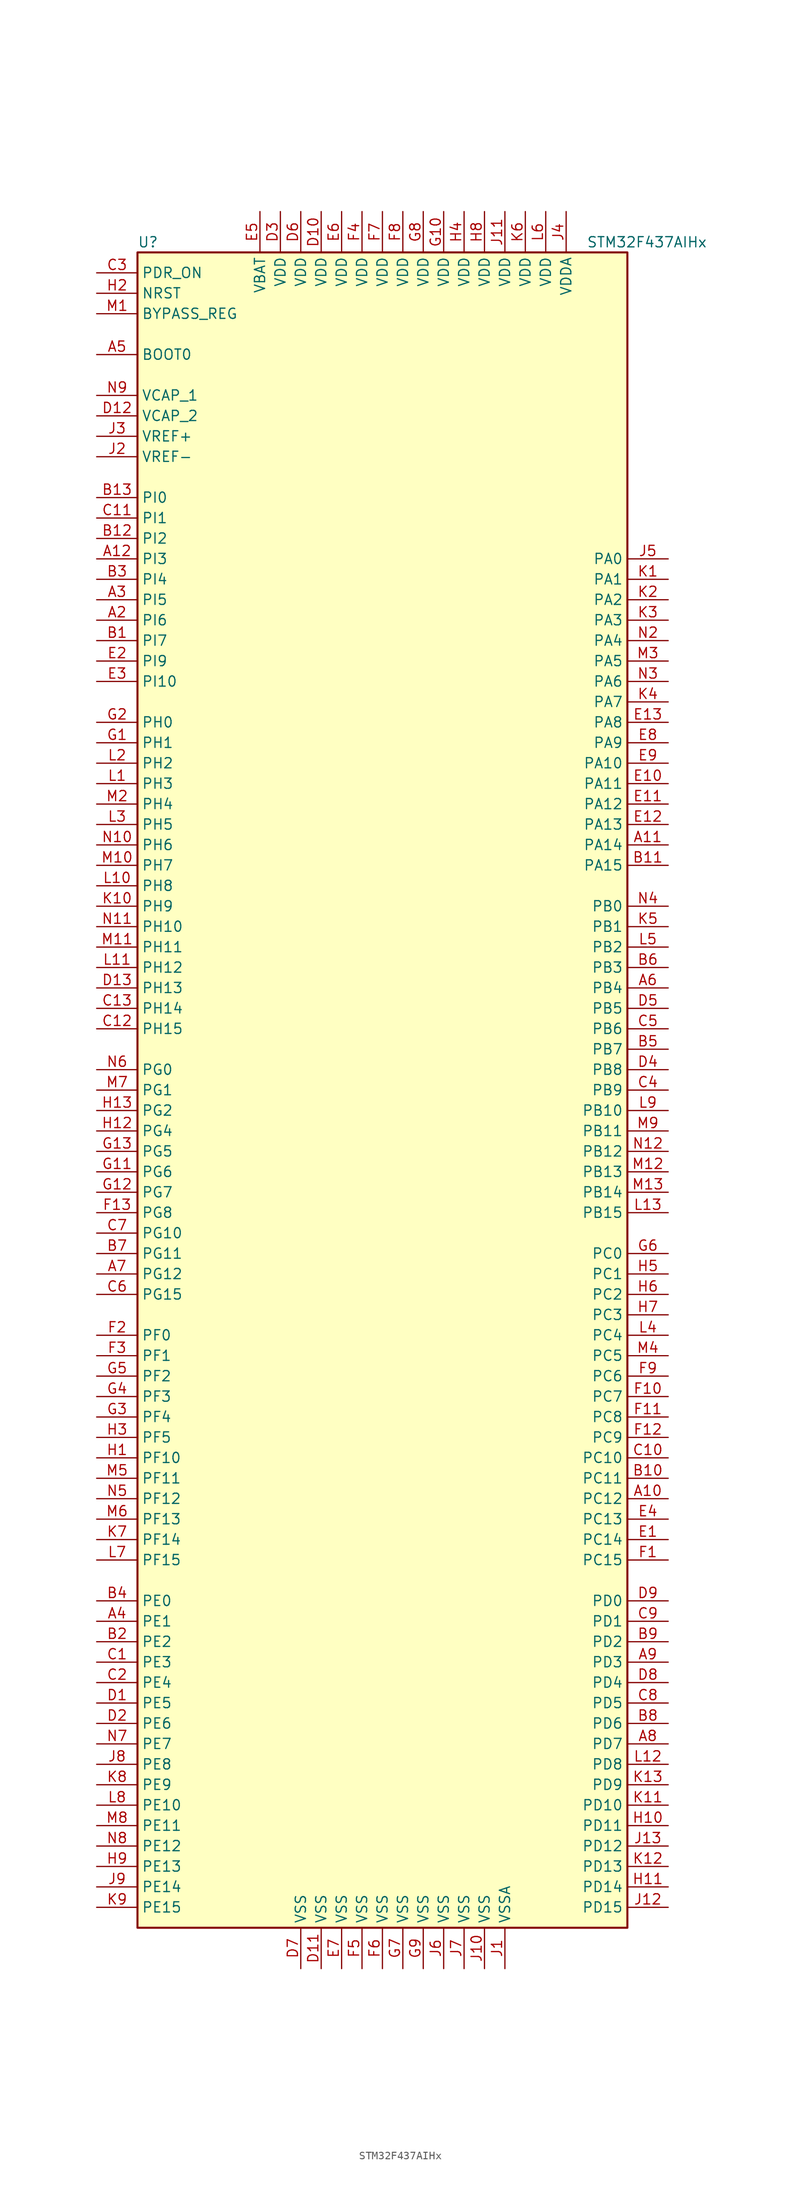
<source format=kicad_sym>
(kicad_symbol_lib
  (version 20201005)
  (generator kicad_symbol_editor)
  (symbol "STM32F437AIHx"
    (property "Reference" "U"
      (at -30.48 105.41 0)
      (effects (font (size 1.27 1.27)) (justify left)))
    (property "Value" "STM32F437AIHx"
      (at 25.4 105.41 0)
      (effects (font (size 1.27 1.27)) (justify left)))
    (symbol "STM32F437AIHx_0_1"
      (rectangle (start -30.48 -104.14) (end 30.48 104.14) (stroke (width 0.254)) (fill (type background))))
    (symbol "STM32F437AIHx_1_1"
      (pin no_connect line (at -30.48 -101.6 0) (length 5.08) hide (name "NC" (effects (font (size 1.27 1.27)))) (number "A1" (effects (font (size 1.27 1.27)))))
      (pin bidirectional line (at 35.56 -50.8 180) (length 5.08) (name "PC12" (effects (font (size 1.27 1.27)))) (number "A10" (effects (font (size 1.27 1.27)))))
      (pin bidirectional line (at 35.56 30.48 180) (length 5.08) (name "PA14" (effects (font (size 1.27 1.27)))) (number "A11" (effects (font (size 1.27 1.27)))))
      (pin bidirectional line (at -35.56 66.04 0) (length 5.08) (name "PI3" (effects (font (size 1.27 1.27)))) (number "A12" (effects (font (size 1.27 1.27)))))
      (pin no_connect line (at -30.48 -99.06 0) (length 5.08) hide (name "NC" (effects (font (size 1.27 1.27)))) (number "A13" (effects (font (size 1.27 1.27)))))
      (pin bidirectional line (at -35.56 58.42 0) (length 5.08) (name "PI6" (effects (font (size 1.27 1.27)))) (number "A2" (effects (font (size 1.27 1.27)))))
      (pin bidirectional line (at -35.56 60.96 0) (length 5.08) (name "PI5" (effects (font (size 1.27 1.27)))) (number "A3" (effects (font (size 1.27 1.27)))))
      (pin bidirectional line (at -35.56 -66.04 0) (length 5.08) (name "PE1" (effects (font (size 1.27 1.27)))) (number "A4" (effects (font (size 1.27 1.27)))))
      (pin input line (at -35.56 91.44 0) (length 5.08) (name "BOOT0" (effects (font (size 1.27 1.27)))) (number "A5" (effects (font (size 1.27 1.27)))))
      (pin bidirectional line (at 35.56 12.7 180) (length 5.08) (name "PB4" (effects (font (size 1.27 1.27)))) (number "A6" (effects (font (size 1.27 1.27)))))
      (pin bidirectional line (at -35.56 -22.86 0) (length 5.08) (name "PG12" (effects (font (size 1.27 1.27)))) (number "A7" (effects (font (size 1.27 1.27)))))
      (pin bidirectional line (at 35.56 -81.28 180) (length 5.08) (name "PD7" (effects (font (size 1.27 1.27)))) (number "A8" (effects (font (size 1.27 1.27)))))
      (pin bidirectional line (at 35.56 -71.12 180) (length 5.08) (name "PD3" (effects (font (size 1.27 1.27)))) (number "A9" (effects (font (size 1.27 1.27)))))
      (pin bidirectional line (at -35.56 55.88 0) (length 5.08) (name "PI7" (effects (font (size 1.27 1.27)))) (number "B1" (effects (font (size 1.27 1.27)))))
      (pin bidirectional line (at 35.56 -48.26 180) (length 5.08) (name "PC11" (effects (font (size 1.27 1.27)))) (number "B10" (effects (font (size 1.27 1.27)))))
      (pin bidirectional line (at 35.56 27.94 180) (length 5.08) (name "PA15" (effects (font (size 1.27 1.27)))) (number "B11" (effects (font (size 1.27 1.27)))))
      (pin bidirectional line (at -35.56 68.58 0) (length 5.08) (name "PI2" (effects (font (size 1.27 1.27)))) (number "B12" (effects (font (size 1.27 1.27)))))
      (pin bidirectional line (at -35.56 73.66 0) (length 5.08) (name "PI0" (effects (font (size 1.27 1.27)))) (number "B13" (effects (font (size 1.27 1.27)))))
      (pin bidirectional line (at -35.56 -68.58 0) (length 5.08) (name "PE2" (effects (font (size 1.27 1.27)))) (number "B2" (effects (font (size 1.27 1.27)))))
      (pin bidirectional line (at -35.56 63.5 0) (length 5.08) (name "PI4" (effects (font (size 1.27 1.27)))) (number "B3" (effects (font (size 1.27 1.27)))))
      (pin bidirectional line (at -35.56 -63.5 0) (length 5.08) (name "PE0" (effects (font (size 1.27 1.27)))) (number "B4" (effects (font (size 1.27 1.27)))))
      (pin bidirectional line (at 35.56 5.08 180) (length 5.08) (name "PB7" (effects (font (size 1.27 1.27)))) (number "B5" (effects (font (size 1.27 1.27)))))
      (pin bidirectional line (at 35.56 15.24 180) (length 5.08) (name "PB3" (effects (font (size 1.27 1.27)))) (number "B6" (effects (font (size 1.27 1.27)))))
      (pin bidirectional line (at -35.56 -20.32 0) (length 5.08) (name "PG11" (effects (font (size 1.27 1.27)))) (number "B7" (effects (font (size 1.27 1.27)))))
      (pin bidirectional line (at 35.56 -78.74 180) (length 5.08) (name "PD6" (effects (font (size 1.27 1.27)))) (number "B8" (effects (font (size 1.27 1.27)))))
      (pin bidirectional line (at 35.56 -68.58 180) (length 5.08) (name "PD2" (effects (font (size 1.27 1.27)))) (number "B9" (effects (font (size 1.27 1.27)))))
      (pin bidirectional line (at -35.56 -71.12 0) (length 5.08) (name "PE3" (effects (font (size 1.27 1.27)))) (number "C1" (effects (font (size 1.27 1.27)))))
      (pin bidirectional line (at 35.56 -45.72 180) (length 5.08) (name "PC10" (effects (font (size 1.27 1.27)))) (number "C10" (effects (font (size 1.27 1.27)))))
      (pin bidirectional line (at -35.56 71.12 0) (length 5.08) (name "PI1" (effects (font (size 1.27 1.27)))) (number "C11" (effects (font (size 1.27 1.27)))))
      (pin bidirectional line (at -35.56 7.62 0) (length 5.08) (name "PH15" (effects (font (size 1.27 1.27)))) (number "C12" (effects (font (size 1.27 1.27)))))
      (pin bidirectional line (at -35.56 10.16 0) (length 5.08) (name "PH14" (effects (font (size 1.27 1.27)))) (number "C13" (effects (font (size 1.27 1.27)))))
      (pin bidirectional line (at -35.56 -73.66 0) (length 5.08) (name "PE4" (effects (font (size 1.27 1.27)))) (number "C2" (effects (font (size 1.27 1.27)))))
      (pin input line (at -35.56 101.6 0) (length 5.08) (name "PDR_ON" (effects (font (size 1.27 1.27)))) (number "C3" (effects (font (size 1.27 1.27)))))
      (pin bidirectional line (at 35.56 0 180) (length 5.08) (name "PB9" (effects (font (size 1.27 1.27)))) (number "C4" (effects (font (size 1.27 1.27)))))
      (pin bidirectional line (at 35.56 7.62 180) (length 5.08) (name "PB6" (effects (font (size 1.27 1.27)))) (number "C5" (effects (font (size 1.27 1.27)))))
      (pin bidirectional line (at -35.56 -25.4 0) (length 5.08) (name "PG15" (effects (font (size 1.27 1.27)))) (number "C6" (effects (font (size 1.27 1.27)))))
      (pin bidirectional line (at -35.56 -17.78 0) (length 5.08) (name "PG10" (effects (font (size 1.27 1.27)))) (number "C7" (effects (font (size 1.27 1.27)))))
      (pin bidirectional line (at 35.56 -76.2 180) (length 5.08) (name "PD5" (effects (font (size 1.27 1.27)))) (number "C8" (effects (font (size 1.27 1.27)))))
      (pin bidirectional line (at 35.56 -66.04 180) (length 5.08) (name "PD1" (effects (font (size 1.27 1.27)))) (number "C9" (effects (font (size 1.27 1.27)))))
      (pin bidirectional line (at -35.56 -76.2 0) (length 5.08) (name "PE5" (effects (font (size 1.27 1.27)))) (number "D1" (effects (font (size 1.27 1.27)))))
      (pin power_in line (at -7.62 109.22 270) (length 5.08) (name "VDD" (effects (font (size 1.27 1.27)))) (number "D10" (effects (font (size 1.27 1.27)))))
      (pin power_in line (at -7.62 -109.22 90) (length 5.08) (name "VSS" (effects (font (size 1.27 1.27)))) (number "D11" (effects (font (size 1.27 1.27)))))
      (pin power_in line (at -35.56 83.82 0) (length 5.08) (name "VCAP_2" (effects (font (size 1.27 1.27)))) (number "D12" (effects (font (size 1.27 1.27)))))
      (pin bidirectional line (at -35.56 12.7 0) (length 5.08) (name "PH13" (effects (font (size 1.27 1.27)))) (number "D13" (effects (font (size 1.27 1.27)))))
      (pin bidirectional line (at -35.56 -78.74 0) (length 5.08) (name "PE6" (effects (font (size 1.27 1.27)))) (number "D2" (effects (font (size 1.27 1.27)))))
      (pin power_in line (at -12.7 109.22 270) (length 5.08) (name "VDD" (effects (font (size 1.27 1.27)))) (number "D3" (effects (font (size 1.27 1.27)))))
      (pin bidirectional line (at 35.56 2.54 180) (length 5.08) (name "PB8" (effects (font (size 1.27 1.27)))) (number "D4" (effects (font (size 1.27 1.27)))))
      (pin bidirectional line (at 35.56 10.16 180) (length 5.08) (name "PB5" (effects (font (size 1.27 1.27)))) (number "D5" (effects (font (size 1.27 1.27)))))
      (pin power_in line (at -10.16 109.22 270) (length 5.08) (name "VDD" (effects (font (size 1.27 1.27)))) (number "D6" (effects (font (size 1.27 1.27)))))
      (pin power_in line (at -10.16 -109.22 90) (length 5.08) (name "VSS" (effects (font (size 1.27 1.27)))) (number "D7" (effects (font (size 1.27 1.27)))))
      (pin bidirectional line (at 35.56 -73.66 180) (length 5.08) (name "PD4" (effects (font (size 1.27 1.27)))) (number "D8" (effects (font (size 1.27 1.27)))))
      (pin bidirectional line (at 35.56 -63.5 180) (length 5.08) (name "PD0" (effects (font (size 1.27 1.27)))) (number "D9" (effects (font (size 1.27 1.27)))))
      (pin bidirectional line (at 35.56 -55.88 180) (length 5.08) (name "PC14" (effects (font (size 1.27 1.27)))) (number "E1" (effects (font (size 1.27 1.27)))))
      (pin bidirectional line (at 35.56 38.1 180) (length 5.08) (name "PA11" (effects (font (size 1.27 1.27)))) (number "E10" (effects (font (size 1.27 1.27)))))
      (pin bidirectional line (at 35.56 35.56 180) (length 5.08) (name "PA12" (effects (font (size 1.27 1.27)))) (number "E11" (effects (font (size 1.27 1.27)))))
      (pin bidirectional line (at 35.56 33.02 180) (length 5.08) (name "PA13" (effects (font (size 1.27 1.27)))) (number "E12" (effects (font (size 1.27 1.27)))))
      (pin bidirectional line (at 35.56 45.72 180) (length 5.08) (name "PA8" (effects (font (size 1.27 1.27)))) (number "E13" (effects (font (size 1.27 1.27)))))
      (pin bidirectional line (at -35.56 53.34 0) (length 5.08) (name "PI9" (effects (font (size 1.27 1.27)))) (number "E2" (effects (font (size 1.27 1.27)))))
      (pin bidirectional line (at -35.56 50.8 0) (length 5.08) (name "PI10" (effects (font (size 1.27 1.27)))) (number "E3" (effects (font (size 1.27 1.27)))))
      (pin bidirectional line (at 35.56 -53.34 180) (length 5.08) (name "PC13" (effects (font (size 1.27 1.27)))) (number "E4" (effects (font (size 1.27 1.27)))))
      (pin power_in line (at -15.24 109.22 270) (length 5.08) (name "VBAT" (effects (font (size 1.27 1.27)))) (number "E5" (effects (font (size 1.27 1.27)))))
      (pin power_in line (at -5.08 109.22 270) (length 5.08) (name "VDD" (effects (font (size 1.27 1.27)))) (number "E6" (effects (font (size 1.27 1.27)))))
      (pin power_in line (at -5.08 -109.22 90) (length 5.08) (name "VSS" (effects (font (size 1.27 1.27)))) (number "E7" (effects (font (size 1.27 1.27)))))
      (pin bidirectional line (at 35.56 43.18 180) (length 5.08) (name "PA9" (effects (font (size 1.27 1.27)))) (number "E8" (effects (font (size 1.27 1.27)))))
      (pin bidirectional line (at 35.56 40.64 180) (length 5.08) (name "PA10" (effects (font (size 1.27 1.27)))) (number "E9" (effects (font (size 1.27 1.27)))))
      (pin bidirectional line (at 35.56 -58.42 180) (length 5.08) (name "PC15" (effects (font (size 1.27 1.27)))) (number "F1" (effects (font (size 1.27 1.27)))))
      (pin bidirectional line (at 35.56 -38.1 180) (length 5.08) (name "PC7" (effects (font (size 1.27 1.27)))) (number "F10" (effects (font (size 1.27 1.27)))))
      (pin bidirectional line (at 35.56 -40.64 180) (length 5.08) (name "PC8" (effects (font (size 1.27 1.27)))) (number "F11" (effects (font (size 1.27 1.27)))))
      (pin bidirectional line (at 35.56 -43.18 180) (length 5.08) (name "PC9" (effects (font (size 1.27 1.27)))) (number "F12" (effects (font (size 1.27 1.27)))))
      (pin bidirectional line (at -35.56 -15.24 0) (length 5.08) (name "PG8" (effects (font (size 1.27 1.27)))) (number "F13" (effects (font (size 1.27 1.27)))))
      (pin bidirectional line (at -35.56 -30.48 0) (length 5.08) (name "PF0" (effects (font (size 1.27 1.27)))) (number "F2" (effects (font (size 1.27 1.27)))))
      (pin bidirectional line (at -35.56 -33.02 0) (length 5.08) (name "PF1" (effects (font (size 1.27 1.27)))) (number "F3" (effects (font (size 1.27 1.27)))))
      (pin power_in line (at -2.54 109.22 270) (length 5.08) (name "VDD" (effects (font (size 1.27 1.27)))) (number "F4" (effects (font (size 1.27 1.27)))))
      (pin power_in line (at -2.54 -109.22 90) (length 5.08) (name "VSS" (effects (font (size 1.27 1.27)))) (number "F5" (effects (font (size 1.27 1.27)))))
      (pin power_in line (at 0 -109.22 90) (length 5.08) (name "VSS" (effects (font (size 1.27 1.27)))) (number "F6" (effects (font (size 1.27 1.27)))))
      (pin power_in line (at 0 109.22 270) (length 5.08) (name "VDD" (effects (font (size 1.27 1.27)))) (number "F7" (effects (font (size 1.27 1.27)))))
      (pin power_in line (at 2.54 109.22 270) (length 5.08) (name "VDD" (effects (font (size 1.27 1.27)))) (number "F8" (effects (font (size 1.27 1.27)))))
      (pin bidirectional line (at 35.56 -35.56 180) (length 5.08) (name "PC6" (effects (font (size 1.27 1.27)))) (number "F9" (effects (font (size 1.27 1.27)))))
      (pin input line (at -35.56 43.18 0) (length 5.08) (name "PH1" (effects (font (size 1.27 1.27)))) (number "G1" (effects (font (size 1.27 1.27)))))
      (pin power_in line (at 7.62 109.22 270) (length 5.08) (name "VDD" (effects (font (size 1.27 1.27)))) (number "G10" (effects (font (size 1.27 1.27)))))
      (pin bidirectional line (at -35.56 -10.16 0) (length 5.08) (name "PG6" (effects (font (size 1.27 1.27)))) (number "G11" (effects (font (size 1.27 1.27)))))
      (pin bidirectional line (at -35.56 -12.7 0) (length 5.08) (name "PG7" (effects (font (size 1.27 1.27)))) (number "G12" (effects (font (size 1.27 1.27)))))
      (pin bidirectional line (at -35.56 -7.62 0) (length 5.08) (name "PG5" (effects (font (size 1.27 1.27)))) (number "G13" (effects (font (size 1.27 1.27)))))
      (pin input line (at -35.56 45.72 0) (length 5.08) (name "PH0" (effects (font (size 1.27 1.27)))) (number "G2" (effects (font (size 1.27 1.27)))))
      (pin bidirectional line (at -35.56 -40.64 0) (length 5.08) (name "PF4" (effects (font (size 1.27 1.27)))) (number "G3" (effects (font (size 1.27 1.27)))))
      (pin bidirectional line (at -35.56 -38.1 0) (length 5.08) (name "PF3" (effects (font (size 1.27 1.27)))) (number "G4" (effects (font (size 1.27 1.27)))))
      (pin bidirectional line (at -35.56 -35.56 0) (length 5.08) (name "PF2" (effects (font (size 1.27 1.27)))) (number "G5" (effects (font (size 1.27 1.27)))))
      (pin bidirectional line (at 35.56 -20.32 180) (length 5.08) (name "PC0" (effects (font (size 1.27 1.27)))) (number "G6" (effects (font (size 1.27 1.27)))))
      (pin power_in line (at 2.54 -109.22 90) (length 5.08) (name "VSS" (effects (font (size 1.27 1.27)))) (number "G7" (effects (font (size 1.27 1.27)))))
      (pin power_in line (at 5.08 109.22 270) (length 5.08) (name "VDD" (effects (font (size 1.27 1.27)))) (number "G8" (effects (font (size 1.27 1.27)))))
      (pin power_in line (at 5.08 -109.22 90) (length 5.08) (name "VSS" (effects (font (size 1.27 1.27)))) (number "G9" (effects (font (size 1.27 1.27)))))
      (pin bidirectional line (at -35.56 -45.72 0) (length 5.08) (name "PF10" (effects (font (size 1.27 1.27)))) (number "H1" (effects (font (size 1.27 1.27)))))
      (pin bidirectional line (at 35.56 -91.44 180) (length 5.08) (name "PD11" (effects (font (size 1.27 1.27)))) (number "H10" (effects (font (size 1.27 1.27)))))
      (pin bidirectional line (at 35.56 -99.06 180) (length 5.08) (name "PD14" (effects (font (size 1.27 1.27)))) (number "H11" (effects (font (size 1.27 1.27)))))
      (pin bidirectional line (at -35.56 -5.08 0) (length 5.08) (name "PG4" (effects (font (size 1.27 1.27)))) (number "H12" (effects (font (size 1.27 1.27)))))
      (pin bidirectional line (at -35.56 -2.54 0) (length 5.08) (name "PG2" (effects (font (size 1.27 1.27)))) (number "H13" (effects (font (size 1.27 1.27)))))
      (pin input line (at -35.56 99.06 0) (length 5.08) (name "NRST" (effects (font (size 1.27 1.27)))) (number "H2" (effects (font (size 1.27 1.27)))))
      (pin bidirectional line (at -35.56 -43.18 0) (length 5.08) (name "PF5" (effects (font (size 1.27 1.27)))) (number "H3" (effects (font (size 1.27 1.27)))))
      (pin power_in line (at 10.16 109.22 270) (length 5.08) (name "VDD" (effects (font (size 1.27 1.27)))) (number "H4" (effects (font (size 1.27 1.27)))))
      (pin bidirectional line (at 35.56 -22.86 180) (length 5.08) (name "PC1" (effects (font (size 1.27 1.27)))) (number "H5" (effects (font (size 1.27 1.27)))))
      (pin bidirectional line (at 35.56 -25.4 180) (length 5.08) (name "PC2" (effects (font (size 1.27 1.27)))) (number "H6" (effects (font (size 1.27 1.27)))))
      (pin bidirectional line (at 35.56 -27.94 180) (length 5.08) (name "PC3" (effects (font (size 1.27 1.27)))) (number "H7" (effects (font (size 1.27 1.27)))))
      (pin power_in line (at 12.7 109.22 270) (length 5.08) (name "VDD" (effects (font (size 1.27 1.27)))) (number "H8" (effects (font (size 1.27 1.27)))))
      (pin bidirectional line (at -35.56 -96.52 0) (length 5.08) (name "PE13" (effects (font (size 1.27 1.27)))) (number "H9" (effects (font (size 1.27 1.27)))))
      (pin power_in line (at 15.24 -109.22 90) (length 5.08) (name "VSSA" (effects (font (size 1.27 1.27)))) (number "J1" (effects (font (size 1.27 1.27)))))
      (pin power_in line (at 12.7 -109.22 90) (length 5.08) (name "VSS" (effects (font (size 1.27 1.27)))) (number "J10" (effects (font (size 1.27 1.27)))))
      (pin power_in line (at 15.24 109.22 270) (length 5.08) (name "VDD" (effects (font (size 1.27 1.27)))) (number "J11" (effects (font (size 1.27 1.27)))))
      (pin bidirectional line (at 35.56 -101.6 180) (length 5.08) (name "PD15" (effects (font (size 1.27 1.27)))) (number "J12" (effects (font (size 1.27 1.27)))))
      (pin bidirectional line (at 35.56 -93.98 180) (length 5.08) (name "PD12" (effects (font (size 1.27 1.27)))) (number "J13" (effects (font (size 1.27 1.27)))))
      (pin power_in line (at -35.56 78.74 0) (length 5.08) (name "VREF-" (effects (font (size 1.27 1.27)))) (number "J2" (effects (font (size 1.27 1.27)))))
      (pin power_in line (at -35.56 81.28 0) (length 5.08) (name "VREF+" (effects (font (size 1.27 1.27)))) (number "J3" (effects (font (size 1.27 1.27)))))
      (pin power_in line (at 22.86 109.22 270) (length 5.08) (name "VDDA" (effects (font (size 1.27 1.27)))) (number "J4" (effects (font (size 1.27 1.27)))))
      (pin bidirectional line (at 35.56 66.04 180) (length 5.08) (name "PA0" (effects (font (size 1.27 1.27)))) (number "J5" (effects (font (size 1.27 1.27)))))
      (pin power_in line (at 7.62 -109.22 90) (length 5.08) (name "VSS" (effects (font (size 1.27 1.27)))) (number "J6" (effects (font (size 1.27 1.27)))))
      (pin power_in line (at 10.16 -109.22 90) (length 5.08) (name "VSS" (effects (font (size 1.27 1.27)))) (number "J7" (effects (font (size 1.27 1.27)))))
      (pin bidirectional line (at -35.56 -83.82 0) (length 5.08) (name "PE8" (effects (font (size 1.27 1.27)))) (number "J8" (effects (font (size 1.27 1.27)))))
      (pin bidirectional line (at -35.56 -99.06 0) (length 5.08) (name "PE14" (effects (font (size 1.27 1.27)))) (number "J9" (effects (font (size 1.27 1.27)))))
      (pin bidirectional line (at 35.56 63.5 180) (length 5.08) (name "PA1" (effects (font (size 1.27 1.27)))) (number "K1" (effects (font (size 1.27 1.27)))))
      (pin bidirectional line (at -35.56 22.86 0) (length 5.08) (name "PH9" (effects (font (size 1.27 1.27)))) (number "K10" (effects (font (size 1.27 1.27)))))
      (pin bidirectional line (at 35.56 -88.9 180) (length 5.08) (name "PD10" (effects (font (size 1.27 1.27)))) (number "K11" (effects (font (size 1.27 1.27)))))
      (pin bidirectional line (at 35.56 -96.52 180) (length 5.08) (name "PD13" (effects (font (size 1.27 1.27)))) (number "K12" (effects (font (size 1.27 1.27)))))
      (pin bidirectional line (at 35.56 -86.36 180) (length 5.08) (name "PD9" (effects (font (size 1.27 1.27)))) (number "K13" (effects (font (size 1.27 1.27)))))
      (pin bidirectional line (at 35.56 60.96 180) (length 5.08) (name "PA2" (effects (font (size 1.27 1.27)))) (number "K2" (effects (font (size 1.27 1.27)))))
      (pin bidirectional line (at 35.56 58.42 180) (length 5.08) (name "PA3" (effects (font (size 1.27 1.27)))) (number "K3" (effects (font (size 1.27 1.27)))))
      (pin bidirectional line (at 35.56 48.26 180) (length 5.08) (name "PA7" (effects (font (size 1.27 1.27)))) (number "K4" (effects (font (size 1.27 1.27)))))
      (pin bidirectional line (at 35.56 20.32 180) (length 5.08) (name "PB1" (effects (font (size 1.27 1.27)))) (number "K5" (effects (font (size 1.27 1.27)))))
      (pin power_in line (at 17.78 109.22 270) (length 5.08) (name "VDD" (effects (font (size 1.27 1.27)))) (number "K6" (effects (font (size 1.27 1.27)))))
      (pin bidirectional line (at -35.56 -55.88 0) (length 5.08) (name "PF14" (effects (font (size 1.27 1.27)))) (number "K7" (effects (font (size 1.27 1.27)))))
      (pin bidirectional line (at -35.56 -86.36 0) (length 5.08) (name "PE9" (effects (font (size 1.27 1.27)))) (number "K8" (effects (font (size 1.27 1.27)))))
      (pin bidirectional line (at -35.56 -101.6 0) (length 5.08) (name "PE15" (effects (font (size 1.27 1.27)))) (number "K9" (effects (font (size 1.27 1.27)))))
      (pin bidirectional line (at -35.56 38.1 0) (length 5.08) (name "PH3" (effects (font (size 1.27 1.27)))) (number "L1" (effects (font (size 1.27 1.27)))))
      (pin bidirectional line (at -35.56 25.4 0) (length 5.08) (name "PH8" (effects (font (size 1.27 1.27)))) (number "L10" (effects (font (size 1.27 1.27)))))
      (pin bidirectional line (at -35.56 15.24 0) (length 5.08) (name "PH12" (effects (font (size 1.27 1.27)))) (number "L11" (effects (font (size 1.27 1.27)))))
      (pin bidirectional line (at 35.56 -83.82 180) (length 5.08) (name "PD8" (effects (font (size 1.27 1.27)))) (number "L12" (effects (font (size 1.27 1.27)))))
      (pin bidirectional line (at 35.56 -15.24 180) (length 5.08) (name "PB15" (effects (font (size 1.27 1.27)))) (number "L13" (effects (font (size 1.27 1.27)))))
      (pin bidirectional line (at -35.56 40.64 0) (length 5.08) (name "PH2" (effects (font (size 1.27 1.27)))) (number "L2" (effects (font (size 1.27 1.27)))))
      (pin bidirectional line (at -35.56 33.02 0) (length 5.08) (name "PH5" (effects (font (size 1.27 1.27)))) (number "L3" (effects (font (size 1.27 1.27)))))
      (pin bidirectional line (at 35.56 -30.48 180) (length 5.08) (name "PC4" (effects (font (size 1.27 1.27)))) (number "L4" (effects (font (size 1.27 1.27)))))
      (pin bidirectional line (at 35.56 17.78 180) (length 5.08) (name "PB2" (effects (font (size 1.27 1.27)))) (number "L5" (effects (font (size 1.27 1.27)))))
      (pin power_in line (at 20.32 109.22 270) (length 5.08) (name "VDD" (effects (font (size 1.27 1.27)))) (number "L6" (effects (font (size 1.27 1.27)))))
      (pin bidirectional line (at -35.56 -58.42 0) (length 5.08) (name "PF15" (effects (font (size 1.27 1.27)))) (number "L7" (effects (font (size 1.27 1.27)))))
      (pin bidirectional line (at -35.56 -88.9 0) (length 5.08) (name "PE10" (effects (font (size 1.27 1.27)))) (number "L8" (effects (font (size 1.27 1.27)))))
      (pin bidirectional line (at 35.56 -2.54 180) (length 5.08) (name "PB10" (effects (font (size 1.27 1.27)))) (number "L9" (effects (font (size 1.27 1.27)))))
      (pin input line (at -35.56 96.52 0) (length 5.08) (name "BYPASS_REG" (effects (font (size 1.27 1.27)))) (number "M1" (effects (font (size 1.27 1.27)))))
      (pin bidirectional line (at -35.56 27.94 0) (length 5.08) (name "PH7" (effects (font (size 1.27 1.27)))) (number "M10" (effects (font (size 1.27 1.27)))))
      (pin bidirectional line (at -35.56 17.78 0) (length 5.08) (name "PH11" (effects (font (size 1.27 1.27)))) (number "M11" (effects (font (size 1.27 1.27)))))
      (pin bidirectional line (at 35.56 -10.16 180) (length 5.08) (name "PB13" (effects (font (size 1.27 1.27)))) (number "M12" (effects (font (size 1.27 1.27)))))
      (pin bidirectional line (at 35.56 -12.7 180) (length 5.08) (name "PB14" (effects (font (size 1.27 1.27)))) (number "M13" (effects (font (size 1.27 1.27)))))
      (pin bidirectional line (at -35.56 35.56 0) (length 5.08) (name "PH4" (effects (font (size 1.27 1.27)))) (number "M2" (effects (font (size 1.27 1.27)))))
      (pin bidirectional line (at 35.56 53.34 180) (length 5.08) (name "PA5" (effects (font (size 1.27 1.27)))) (number "M3" (effects (font (size 1.27 1.27)))))
      (pin bidirectional line (at 35.56 -33.02 180) (length 5.08) (name "PC5" (effects (font (size 1.27 1.27)))) (number "M4" (effects (font (size 1.27 1.27)))))
      (pin bidirectional line (at -35.56 -48.26 0) (length 5.08) (name "PF11" (effects (font (size 1.27 1.27)))) (number "M5" (effects (font (size 1.27 1.27)))))
      (pin bidirectional line (at -35.56 -53.34 0) (length 5.08) (name "PF13" (effects (font (size 1.27 1.27)))) (number "M6" (effects (font (size 1.27 1.27)))))
      (pin bidirectional line (at -35.56 0 0) (length 5.08) (name "PG1" (effects (font (size 1.27 1.27)))) (number "M7" (effects (font (size 1.27 1.27)))))
      (pin bidirectional line (at -35.56 -91.44 0) (length 5.08) (name "PE11" (effects (font (size 1.27 1.27)))) (number "M8" (effects (font (size 1.27 1.27)))))
      (pin bidirectional line (at 35.56 -5.08 180) (length 5.08) (name "PB11" (effects (font (size 1.27 1.27)))) (number "M9" (effects (font (size 1.27 1.27)))))
      (pin no_connect line (at -30.48 -96.52 0) (length 5.08) hide (name "NC" (effects (font (size 1.27 1.27)))) (number "N1" (effects (font (size 1.27 1.27)))))
      (pin bidirectional line (at -35.56 30.48 0) (length 5.08) (name "PH6" (effects (font (size 1.27 1.27)))) (number "N10" (effects (font (size 1.27 1.27)))))
      (pin bidirectional line (at -35.56 20.32 0) (length 5.08) (name "PH10" (effects (font (size 1.27 1.27)))) (number "N11" (effects (font (size 1.27 1.27)))))
      (pin bidirectional line (at 35.56 -7.62 180) (length 5.08) (name "PB12" (effects (font (size 1.27 1.27)))) (number "N12" (effects (font (size 1.27 1.27)))))
      (pin no_connect line (at -30.48 -93.98 0) (length 5.08) hide (name "NC" (effects (font (size 1.27 1.27)))) (number "N13" (effects (font (size 1.27 1.27)))))
      (pin bidirectional line (at 35.56 55.88 180) (length 5.08) (name "PA4" (effects (font (size 1.27 1.27)))) (number "N2" (effects (font (size 1.27 1.27)))))
      (pin bidirectional line (at 35.56 50.8 180) (length 5.08) (name "PA6" (effects (font (size 1.27 1.27)))) (number "N3" (effects (font (size 1.27 1.27)))))
      (pin bidirectional line (at 35.56 22.86 180) (length 5.08) (name "PB0" (effects (font (size 1.27 1.27)))) (number "N4" (effects (font (size 1.27 1.27)))))
      (pin bidirectional line (at -35.56 -50.8 0) (length 5.08) (name "PF12" (effects (font (size 1.27 1.27)))) (number "N5" (effects (font (size 1.27 1.27)))))
      (pin bidirectional line (at -35.56 2.54 0) (length 5.08) (name "PG0" (effects (font (size 1.27 1.27)))) (number "N6" (effects (font (size 1.27 1.27)))))
      (pin bidirectional line (at -35.56 -81.28 0) (length 5.08) (name "PE7" (effects (font (size 1.27 1.27)))) (number "N7" (effects (font (size 1.27 1.27)))))
      (pin bidirectional line (at -35.56 -93.98 0) (length 5.08) (name "PE12" (effects (font (size 1.27 1.27)))) (number "N8" (effects (font (size 1.27 1.27)))))
      (pin power_in line (at -35.56 86.36 0) (length 5.08) (name "VCAP_1" (effects (font (size 1.27 1.27)))) (number "N9" (effects (font (size 1.27 1.27))))))))
</source>
